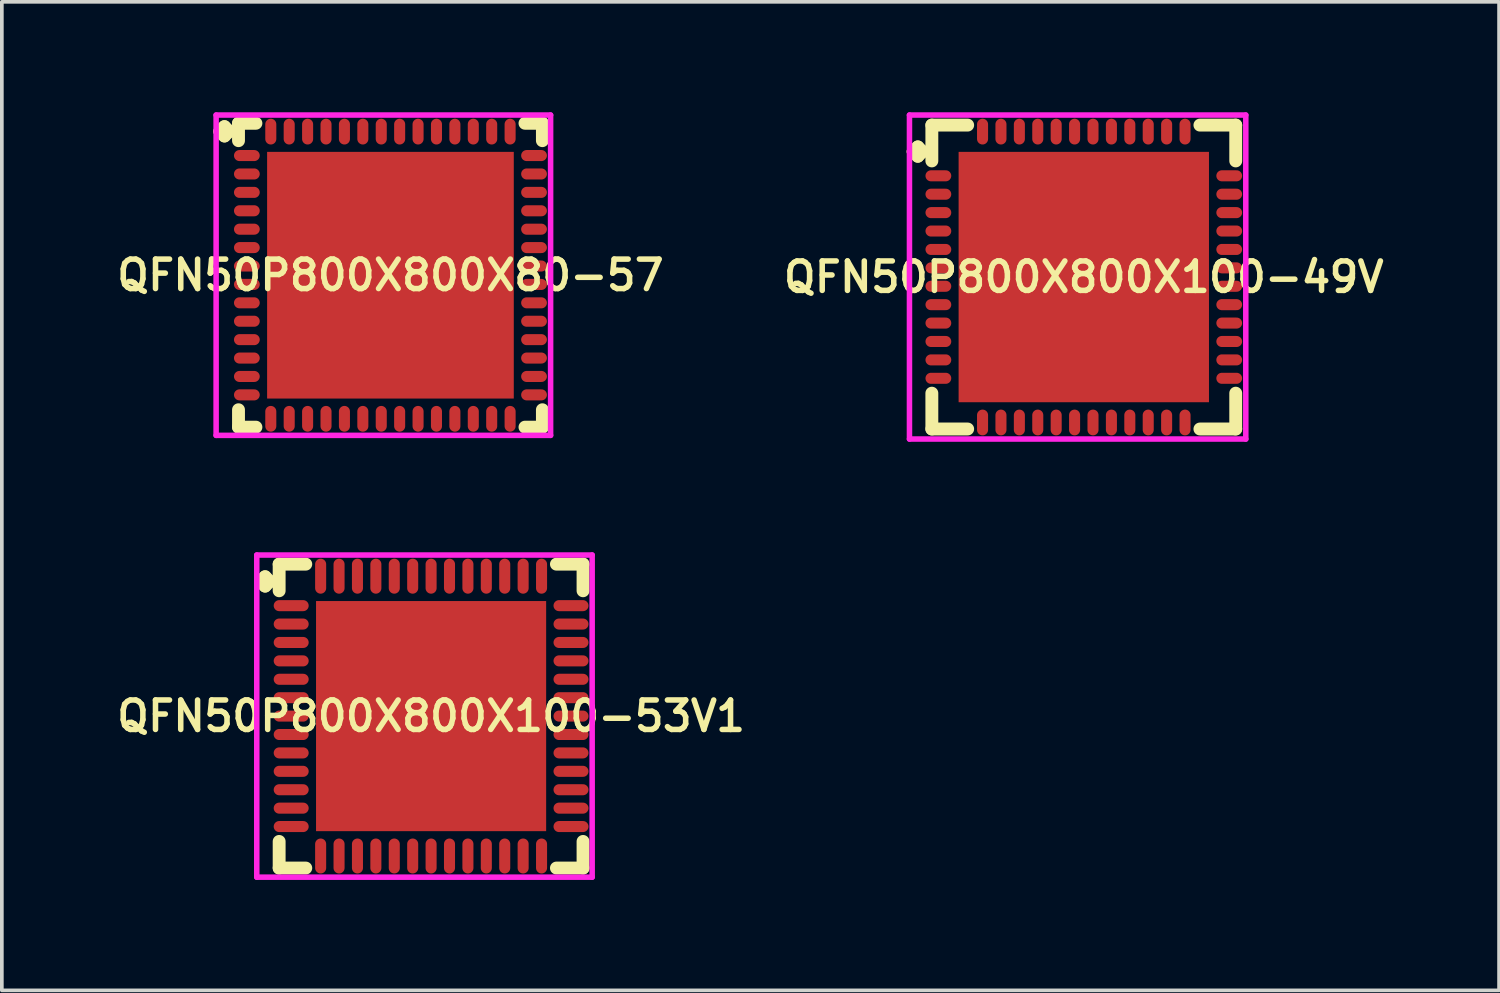
<source format=kicad_pcb>
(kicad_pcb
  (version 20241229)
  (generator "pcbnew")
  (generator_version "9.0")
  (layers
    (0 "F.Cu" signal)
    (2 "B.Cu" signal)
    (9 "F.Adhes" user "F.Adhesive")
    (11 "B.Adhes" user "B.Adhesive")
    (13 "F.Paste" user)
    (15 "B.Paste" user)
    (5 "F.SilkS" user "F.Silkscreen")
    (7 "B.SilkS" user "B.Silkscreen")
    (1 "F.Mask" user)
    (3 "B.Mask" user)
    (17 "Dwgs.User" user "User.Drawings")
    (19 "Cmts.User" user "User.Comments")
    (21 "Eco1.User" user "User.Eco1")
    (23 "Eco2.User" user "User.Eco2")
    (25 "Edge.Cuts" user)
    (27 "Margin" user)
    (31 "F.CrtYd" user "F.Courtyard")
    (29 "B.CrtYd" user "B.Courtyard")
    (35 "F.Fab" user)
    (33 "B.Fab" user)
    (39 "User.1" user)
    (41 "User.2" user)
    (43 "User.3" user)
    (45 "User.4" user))
  (footprint "QFN50P800X800X100-49V"
    (layer "F.Cu")
    (at 26.387 4.475)
    (property "Reference" "QFN50P800X800X100-49V" (at 0 0 0) (layer "F.SilkS") (effects (font (size 0.8 0.8) (thickness 0.15))))
    (attr smd)
    (fp_line (start -4.635 -3.408) (end -4.508 -3.535) (stroke (width 0.35) (type solid)) (layer "F.SilkS"))
    (fp_line (start -4.508 -3.535) (end -4.381 -3.408) (stroke (width 0.35) (type solid)) (layer "F.SilkS"))
    (fp_line (start -4.508 -3.281) (end -4.635 -3.408) (stroke (width 0.35) (type solid)) (layer "F.SilkS"))
    (fp_line (start -4.381 -3.408) (end -4.508 -3.281) (stroke (width 0.35) (type solid)) (layer "F.SilkS"))
    (fp_line (start -4.127 -4.127) (end -3.154 -4.127) (stroke (width 0.35) (type solid)) (layer "F.SilkS"))
    (fp_line (start -4.127 -3.154) (end -4.127 -4.127) (stroke (width 0.35) (type solid)) (layer "F.SilkS"))
    (fp_line (start -4.127 3.154) (end -4.127 4.127) (stroke (width 0.35) (type solid)) (layer "F.SilkS"))
    (fp_line (start -4.127 4.127) (end -3.154 4.127) (stroke (width 0.35) (type solid)) (layer "F.SilkS"))
    (fp_line (start 3.154 -4.127) (end 4.127 -4.127) (stroke (width 0.35) (type solid)) (layer "F.SilkS"))
    (fp_line (start 3.154 4.127) (end 4.127 4.127) (stroke (width 0.35) (type solid)) (layer "F.SilkS"))
    (fp_line (start 4.127 -4.127) (end 4.127 -3.154) (stroke (width 0.35) (type solid)) (layer "F.SilkS"))
    (fp_line (start 4.127 4.127) (end 4.127 3.154) (stroke (width 0.35) (type solid)) (layer "F.SilkS"))
    (fp_line (start -4.735 -4.4) (end 4.4 -4.4) (stroke (width 0.15) (type solid)) (layer "F.CrtYd"))
    (fp_line (start -4.735 4.4) (end -4.735 -4.4) (stroke (width 0.15) (type solid)) (layer "F.CrtYd"))
    (fp_line (start 4.4 -4.4) (end 4.4 4.4) (stroke (width 0.15) (type solid)) (layer "F.CrtYd"))
    (fp_line (start 4.4 4.4) (end -4.735 4.4) (stroke (width 0.15) (type solid)) (layer "F.CrtYd"))
    (pad "1" smd oval (at -3.95 -2.75) (size 0.7 0.3) (layers "F.Cu" "F.Mask" "F.Paste"))
    (pad "2" smd oval (at -3.95 -2.25) (size 0.7 0.3) (layers "F.Cu" "F.Mask" "F.Paste"))
    (pad "3" smd oval (at -3.95 -1.75) (size 0.7 0.3) (layers "F.Cu" "F.Mask" "F.Paste"))
    (pad "4" smd oval (at -3.95 -1.25) (size 0.7 0.3) (layers "F.Cu" "F.Mask" "F.Paste"))
    (pad "5" smd oval (at -3.95 -0.75) (size 0.7 0.3) (layers "F.Cu" "F.Mask" "F.Paste"))
    (pad "6" smd oval (at -3.95 -0.25) (size 0.7 0.3) (layers "F.Cu" "F.Mask" "F.Paste"))
    (pad "7" smd oval (at -3.95 0.25) (size 0.7 0.3) (layers "F.Cu" "F.Mask" "F.Paste"))
    (pad "8" smd oval (at -3.95 0.75) (size 0.7 0.3) (layers "F.Cu" "F.Mask" "F.Paste"))
    (pad "9" smd oval (at -3.95 1.25) (size 0.7 0.3) (layers "F.Cu" "F.Mask" "F.Paste"))
    (pad "10" smd oval (at -3.95 1.75) (size 0.7 0.3) (layers "F.Cu" "F.Mask" "F.Paste"))
    (pad "11" smd oval (at -3.95 2.25) (size 0.7 0.3) (layers "F.Cu" "F.Mask" "F.Paste"))
    (pad "12" smd oval (at -3.95 2.75) (size 0.7 0.3) (layers "F.Cu" "F.Mask" "F.Paste"))
    (pad "13" smd oval (at -2.75 3.95) (size 0.3 0.7) (layers "F.Cu" "F.Mask" "F.Paste"))
    (pad "14" smd oval (at -2.25 3.95) (size 0.3 0.7) (layers "F.Cu" "F.Mask" "F.Paste"))
    (pad "15" smd oval (at -1.75 3.95) (size 0.3 0.7) (layers "F.Cu" "F.Mask" "F.Paste"))
    (pad "16" smd oval (at -1.25 3.95) (size 0.3 0.7) (layers "F.Cu" "F.Mask" "F.Paste"))
    (pad "17" smd oval (at -0.75 3.95) (size 0.3 0.7) (layers "F.Cu" "F.Mask" "F.Paste"))
    (pad "18" smd oval (at -0.25 3.95) (size 0.3 0.7) (layers "F.Cu" "F.Mask" "F.Paste"))
    (pad "19" smd oval (at 0.25 3.95) (size 0.3 0.7) (layers "F.Cu" "F.Mask" "F.Paste"))
    (pad "20" smd oval (at 0.75 3.95) (size 0.3 0.7) (layers "F.Cu" "F.Mask" "F.Paste"))
    (pad "21" smd oval (at 1.25 3.95) (size 0.3 0.7) (layers "F.Cu" "F.Mask" "F.Paste"))
    (pad "22" smd oval (at 1.75 3.95) (size 0.3 0.7) (layers "F.Cu" "F.Mask" "F.Paste"))
    (pad "23" smd oval (at 2.25 3.95) (size 0.3 0.7) (layers "F.Cu" "F.Mask" "F.Paste"))
    (pad "24" smd oval (at 2.75 3.95) (size 0.3 0.7) (layers "F.Cu" "F.Mask" "F.Paste"))
    (pad "25" smd oval (at 3.95 2.75) (size 0.7 0.3) (layers "F.Cu" "F.Mask" "F.Paste"))
    (pad "26" smd oval (at 3.95 2.25) (size 0.7 0.3) (layers "F.Cu" "F.Mask" "F.Paste"))
    (pad "27" smd oval (at 3.95 1.75) (size 0.7 0.3) (layers "F.Cu" "F.Mask" "F.Paste"))
    (pad "28" smd oval (at 3.95 1.25) (size 0.7 0.3) (layers "F.Cu" "F.Mask" "F.Paste"))
    (pad "29" smd oval (at 3.95 0.75) (size 0.7 0.3) (layers "F.Cu" "F.Mask" "F.Paste"))
    (pad "30" smd oval (at 3.95 0.25) (size 0.7 0.3) (layers "F.Cu" "F.Mask" "F.Paste"))
    (pad "31" smd oval (at 3.95 -0.25) (size 0.7 0.3) (layers "F.Cu" "F.Mask" "F.Paste"))
    (pad "32" smd oval (at 3.95 -0.75) (size 0.7 0.3) (layers "F.Cu" "F.Mask" "F.Paste"))
    (pad "33" smd oval (at 3.95 -1.25) (size 0.7 0.3) (layers "F.Cu" "F.Mask" "F.Paste"))
    (pad "34" smd oval (at 3.95 -1.75) (size 0.7 0.3) (layers "F.Cu" "F.Mask" "F.Paste"))
    (pad "35" smd oval (at 3.95 -2.25) (size 0.7 0.3) (layers "F.Cu" "F.Mask" "F.Paste"))
    (pad "36" smd oval (at 3.95 -2.75) (size 0.7 0.3) (layers "F.Cu" "F.Mask" "F.Paste"))
    (pad "37" smd oval (at 2.75 -3.95) (size 0.3 0.7) (layers "F.Cu" "F.Mask" "F.Paste"))
    (pad "38" smd oval (at 2.25 -3.95) (size 0.3 0.7) (layers "F.Cu" "F.Mask" "F.Paste"))
    (pad "39" smd oval (at 1.75 -3.95) (size 0.3 0.7) (layers "F.Cu" "F.Mask" "F.Paste"))
    (pad "40" smd oval (at 1.25 -3.95) (size 0.3 0.7) (layers "F.Cu" "F.Mask" "F.Paste"))
    (pad "41" smd oval (at 0.75 -3.95) (size 0.3 0.7) (layers "F.Cu" "F.Mask" "F.Paste"))
    (pad "42" smd oval (at 0.25 -3.95) (size 0.3 0.7) (layers "F.Cu" "F.Mask" "F.Paste"))
    (pad "43" smd oval (at -0.25 -3.95) (size 0.3 0.7) (layers "F.Cu" "F.Mask" "F.Paste"))
    (pad "44" smd oval (at -0.75 -3.95) (size 0.3 0.7) (layers "F.Cu" "F.Mask" "F.Paste"))
    (pad "45" smd oval (at -1.25 -3.95) (size 0.3 0.7) (layers "F.Cu" "F.Mask" "F.Paste"))
    (pad "46" smd oval (at -1.75 -3.95) (size 0.3 0.7) (layers "F.Cu" "F.Mask" "F.Paste"))
    (pad "47" smd oval (at -2.25 -3.95) (size 0.3 0.7) (layers "F.Cu" "F.Mask" "F.Paste"))
    (pad "48" smd oval (at -2.75 -3.95) (size 0.3 0.7) (layers "F.Cu" "F.Mask" "F.Paste"))
    (pad "49" smd rect (at 0 0) (size 6.8 6.8) (layers "F.Cu" "F.Mask" "F.Paste")))
  (footprint "QFN50P800X800X100-53V1"
    (layer "F.Cu")
    (at 8.659 16.4)
    (property "Reference" "QFN50P800X800X100-53V1" (at 0 0 0) (layer "F.SilkS") (effects (font (size 0.8 0.8) (thickness 0.15))))
    (attr smd)
    (fp_line (start -4.635 -3.658) (end -4.508 -3.785) (stroke (width 0.35) (type solid)) (layer "F.SilkS"))
    (fp_line (start -4.508 -3.785) (end -4.381 -3.658) (stroke (width 0.35) (type solid)) (layer "F.SilkS"))
    (fp_line (start -4.508 -3.531) (end -4.635 -3.658) (stroke (width 0.35) (type solid)) (layer "F.SilkS"))
    (fp_line (start -4.381 -3.658) (end -4.508 -3.531) (stroke (width 0.35) (type solid)) (layer "F.SilkS"))
    (fp_line (start -4.127 -4.127) (end -3.404 -4.127) (stroke (width 0.35) (type solid)) (layer "F.SilkS"))
    (fp_line (start -4.127 -3.404) (end -4.127 -4.127) (stroke (width 0.35) (type solid)) (layer "F.SilkS"))
    (fp_line (start -4.127 3.404) (end -4.127 4.127) (stroke (width 0.35) (type solid)) (layer "F.SilkS"))
    (fp_line (start -4.127 4.127) (end -3.404 4.127) (stroke (width 0.35) (type solid)) (layer "F.SilkS"))
    (fp_line (start 3.404 -4.127) (end 4.127 -4.127) (stroke (width 0.35) (type solid)) (layer "F.SilkS"))
    (fp_line (start 3.404 4.127) (end 4.127 4.127) (stroke (width 0.35) (type solid)) (layer "F.SilkS"))
    (fp_line (start 4.127 -4.127) (end 4.127 -3.404) (stroke (width 0.35) (type solid)) (layer "F.SilkS"))
    (fp_line (start 4.127 4.127) (end 4.127 3.404) (stroke (width 0.35) (type solid)) (layer "F.SilkS"))
    (fp_line (start -4.735 -4.375) (end 4.375 -4.375) (stroke (width 0.15) (type solid)) (layer "F.CrtYd"))
    (fp_line (start -4.735 4.375) (end -4.735 -4.375) (stroke (width 0.15) (type solid)) (layer "F.CrtYd"))
    (fp_line (start 4.375 -4.375) (end 4.375 4.375) (stroke (width 0.15) (type solid)) (layer "F.CrtYd"))
    (fp_line (start 4.375 4.375) (end -4.735 4.375) (stroke (width 0.15) (type solid)) (layer "F.CrtYd"))
    (pad "1" smd oval (at -3.8 -3) (size 0.95 0.3) (layers "F.Cu" "F.Mask" "F.Paste"))
    (pad "2" smd oval (at -3.8 -2.5) (size 0.95 0.3) (layers "F.Cu" "F.Mask" "F.Paste"))
    (pad "3" smd oval (at -3.8 -2) (size 0.95 0.3) (layers "F.Cu" "F.Mask" "F.Paste"))
    (pad "4" smd oval (at -3.8 -1.5) (size 0.95 0.3) (layers "F.Cu" "F.Mask" "F.Paste"))
    (pad "5" smd oval (at -3.8 -1) (size 0.95 0.3) (layers "F.Cu" "F.Mask" "F.Paste"))
    (pad "6" smd oval (at -3.8 -0.5) (size 0.95 0.3) (layers "F.Cu" "F.Mask" "F.Paste"))
    (pad "7" smd oval (at -3.8 0) (size 0.95 0.3) (layers "F.Cu" "F.Mask" "F.Paste"))
    (pad "8" smd oval (at -3.8 0.5) (size 0.95 0.3) (layers "F.Cu" "F.Mask" "F.Paste"))
    (pad "9" smd oval (at -3.8 1) (size 0.95 0.3) (layers "F.Cu" "F.Mask" "F.Paste"))
    (pad "10" smd oval (at -3.8 1.5) (size 0.95 0.3) (layers "F.Cu" "F.Mask" "F.Paste"))
    (pad "11" smd oval (at -3.8 2) (size 0.95 0.3) (layers "F.Cu" "F.Mask" "F.Paste"))
    (pad "12" smd oval (at -3.8 2.5) (size 0.95 0.3) (layers "F.Cu" "F.Mask" "F.Paste"))
    (pad "13" smd oval (at -3.8 3) (size 0.95 0.3) (layers "F.Cu" "F.Mask" "F.Paste"))
    (pad "14" smd oval (at -3 3.8) (size 0.3 0.95) (layers "F.Cu" "F.Mask" "F.Paste"))
    (pad "15" smd oval (at -2.5 3.8) (size 0.3 0.95) (layers "F.Cu" "F.Mask" "F.Paste"))
    (pad "16" smd oval (at -2 3.8) (size 0.3 0.95) (layers "F.Cu" "F.Mask" "F.Paste"))
    (pad "17" smd oval (at -1.5 3.8) (size 0.3 0.95) (layers "F.Cu" "F.Mask" "F.Paste"))
    (pad "18" smd oval (at -1 3.8) (size 0.3 0.95) (layers "F.Cu" "F.Mask" "F.Paste"))
    (pad "19" smd oval (at -0.5 3.8) (size 0.3 0.95) (layers "F.Cu" "F.Mask" "F.Paste"))
    (pad "20" smd oval (at 0 3.8) (size 0.3 0.95) (layers "F.Cu" "F.Mask" "F.Paste"))
    (pad "21" smd oval (at 0.5 3.8) (size 0.3 0.95) (layers "F.Cu" "F.Mask" "F.Paste"))
    (pad "22" smd oval (at 1 3.8) (size 0.3 0.95) (layers "F.Cu" "F.Mask" "F.Paste"))
    (pad "23" smd oval (at 1.5 3.8) (size 0.3 0.95) (layers "F.Cu" "F.Mask" "F.Paste"))
    (pad "24" smd oval (at 2 3.8) (size 0.3 0.95) (layers "F.Cu" "F.Mask" "F.Paste"))
    (pad "25" smd oval (at 2.5 3.8) (size 0.3 0.95) (layers "F.Cu" "F.Mask" "F.Paste"))
    (pad "26" smd oval (at 3 3.8) (size 0.3 0.95) (layers "F.Cu" "F.Mask" "F.Paste"))
    (pad "27" smd oval (at 3.8 3) (size 0.95 0.3) (layers "F.Cu" "F.Mask" "F.Paste"))
    (pad "28" smd oval (at 3.8 2.5) (size 0.95 0.3) (layers "F.Cu" "F.Mask" "F.Paste"))
    (pad "29" smd oval (at 3.8 2) (size 0.95 0.3) (layers "F.Cu" "F.Mask" "F.Paste"))
    (pad "30" smd oval (at 3.8 1.5) (size 0.95 0.3) (layers "F.Cu" "F.Mask" "F.Paste"))
    (pad "31" smd oval (at 3.8 1) (size 0.95 0.3) (layers "F.Cu" "F.Mask" "F.Paste"))
    (pad "32" smd oval (at 3.8 0.5) (size 0.95 0.3) (layers "F.Cu" "F.Mask" "F.Paste"))
    (pad "33" smd oval (at 3.8 0) (size 0.95 0.3) (layers "F.Cu" "F.Mask" "F.Paste"))
    (pad "34" smd oval (at 3.8 -0.5) (size 0.95 0.3) (layers "F.Cu" "F.Mask" "F.Paste"))
    (pad "35" smd oval (at 3.8 -1) (size 0.95 0.3) (layers "F.Cu" "F.Mask" "F.Paste"))
    (pad "36" smd oval (at 3.8 -1.5) (size 0.95 0.3) (layers "F.Cu" "F.Mask" "F.Paste"))
    (pad "37" smd oval (at 3.8 -2) (size 0.95 0.3) (layers "F.Cu" "F.Mask" "F.Paste"))
    (pad "38" smd oval (at 3.8 -2.5) (size 0.95 0.3) (layers "F.Cu" "F.Mask" "F.Paste"))
    (pad "39" smd oval (at 3.8 -3) (size 0.95 0.3) (layers "F.Cu" "F.Mask" "F.Paste"))
    (pad "40" smd oval (at 3 -3.8) (size 0.3 0.95) (layers "F.Cu" "F.Mask" "F.Paste"))
    (pad "41" smd oval (at 2.5 -3.8) (size 0.3 0.95) (layers "F.Cu" "F.Mask" "F.Paste"))
    (pad "42" smd oval (at 2 -3.8) (size 0.3 0.95) (layers "F.Cu" "F.Mask" "F.Paste"))
    (pad "43" smd oval (at 1.5 -3.8) (size 0.3 0.95) (layers "F.Cu" "F.Mask" "F.Paste"))
    (pad "44" smd oval (at 1 -3.8) (size 0.3 0.95) (layers "F.Cu" "F.Mask" "F.Paste"))
    (pad "45" smd oval (at 0.5 -3.8) (size 0.3 0.95) (layers "F.Cu" "F.Mask" "F.Paste"))
    (pad "46" smd oval (at 0 -3.8) (size 0.3 0.95) (layers "F.Cu" "F.Mask" "F.Paste"))
    (pad "47" smd oval (at -0.5 -3.8) (size 0.3 0.95) (layers "F.Cu" "F.Mask" "F.Paste"))
    (pad "48" smd oval (at -1 -3.8) (size 0.3 0.95) (layers "F.Cu" "F.Mask" "F.Paste"))
    (pad "49" smd oval (at -1.5 -3.8) (size 0.3 0.95) (layers "F.Cu" "F.Mask" "F.Paste"))
    (pad "50" smd oval (at -2 -3.8) (size 0.3 0.95) (layers "F.Cu" "F.Mask" "F.Paste"))
    (pad "51" smd oval (at -2.5 -3.8) (size 0.3 0.95) (layers "F.Cu" "F.Mask" "F.Paste"))
    (pad "52" smd oval (at -3 -3.8) (size 0.3 0.95) (layers "F.Cu" "F.Mask" "F.Paste"))
    (pad "53" smd rect (at 0 0) (size 6.25 6.25) (layers "F.Cu" "F.Mask" "F.Paste")))
  (footprint "QFN50P800X800X80-57"
    (layer "F.Cu")
    (at 7.555 4.425)
    (property "Reference" "QFN50P800X800X80-57" (at 0 0 0) (layer "F.SilkS") (effects (font (size 0.8 0.8) (thickness 0.15))))
    (attr smd)
    (fp_line (start -4.635 -3.908) (end -4.508 -4.035) (stroke (width 0.35) (type solid)) (layer "F.SilkS"))
    (fp_line (start -4.508 -4.035) (end -4.381 -3.908) (stroke (width 0.35) (type solid)) (layer "F.SilkS"))
    (fp_line (start -4.508 -3.781) (end -4.635 -3.908) (stroke (width 0.35) (type solid)) (layer "F.SilkS"))
    (fp_line (start -4.381 -3.908) (end -4.508 -3.781) (stroke (width 0.35) (type solid)) (layer "F.SilkS"))
    (fp_line (start -4.127 -4.127) (end -3.654 -4.127) (stroke (width 0.35) (type solid)) (layer "F.SilkS"))
    (fp_line (start -4.127 -3.654) (end -4.127 -4.127) (stroke (width 0.35) (type solid)) (layer "F.SilkS"))
    (fp_line (start -4.127 3.654) (end -4.127 4.127) (stroke (width 0.35) (type solid)) (layer "F.SilkS"))
    (fp_line (start -4.127 4.127) (end -3.654 4.127) (stroke (width 0.35) (type solid)) (layer "F.SilkS"))
    (fp_line (start 3.654 -4.127) (end 4.127 -4.127) (stroke (width 0.35) (type solid)) (layer "F.SilkS"))
    (fp_line (start 3.654 4.127) (end 4.127 4.127) (stroke (width 0.35) (type solid)) (layer "F.SilkS"))
    (fp_line (start 4.127 -4.127) (end 4.127 -3.654) (stroke (width 0.35) (type solid)) (layer "F.SilkS"))
    (fp_line (start 4.127 4.127) (end 4.127 3.654) (stroke (width 0.35) (type solid)) (layer "F.SilkS"))
    (fp_line (start -4.735 -4.35) (end 4.35 -4.35) (stroke (width 0.15) (type solid)) (layer "F.CrtYd"))
    (fp_line (start -4.735 4.35) (end -4.735 -4.35) (stroke (width 0.15) (type solid)) (layer "F.CrtYd"))
    (fp_line (start 4.35 -4.35) (end 4.35 4.35) (stroke (width 0.15) (type solid)) (layer "F.CrtYd"))
    (fp_line (start 4.35 4.35) (end -4.735 4.35) (stroke (width 0.15) (type solid)) (layer "F.CrtYd"))
    (pad "1" smd oval (at -3.9 -3.25) (size 0.7 0.3) (layers "F.Cu" "F.Mask" "F.Paste"))
    (pad "2" smd oval (at -3.9 -2.75) (size 0.7 0.3) (layers "F.Cu" "F.Mask" "F.Paste"))
    (pad "3" smd oval (at -3.9 -2.25) (size 0.7 0.3) (layers "F.Cu" "F.Mask" "F.Paste"))
    (pad "4" smd oval (at -3.9 -1.75) (size 0.7 0.3) (layers "F.Cu" "F.Mask" "F.Paste"))
    (pad "5" smd oval (at -3.9 -1.25) (size 0.7 0.3) (layers "F.Cu" "F.Mask" "F.Paste"))
    (pad "6" smd oval (at -3.9 -0.75) (size 0.7 0.3) (layers "F.Cu" "F.Mask" "F.Paste"))
    (pad "7" smd oval (at -3.9 -0.25) (size 0.7 0.3) (layers "F.Cu" "F.Mask" "F.Paste"))
    (pad "8" smd oval (at -3.9 0.25) (size 0.7 0.3) (layers "F.Cu" "F.Mask" "F.Paste"))
    (pad "9" smd oval (at -3.9 0.75) (size 0.7 0.3) (layers "F.Cu" "F.Mask" "F.Paste"))
    (pad "10" smd oval (at -3.9 1.25) (size 0.7 0.3) (layers "F.Cu" "F.Mask" "F.Paste"))
    (pad "11" smd oval (at -3.9 1.75) (size 0.7 0.3) (layers "F.Cu" "F.Mask" "F.Paste"))
    (pad "12" smd oval (at -3.9 2.25) (size 0.7 0.3) (layers "F.Cu" "F.Mask" "F.Paste"))
    (pad "13" smd oval (at -3.9 2.75) (size 0.7 0.3) (layers "F.Cu" "F.Mask" "F.Paste"))
    (pad "14" smd oval (at -3.9 3.25) (size 0.7 0.3) (layers "F.Cu" "F.Mask" "F.Paste"))
    (pad "15" smd oval (at -3.25 3.9) (size 0.3 0.7) (layers "F.Cu" "F.Mask" "F.Paste"))
    (pad "16" smd oval (at -2.75 3.9) (size 0.3 0.7) (layers "F.Cu" "F.Mask" "F.Paste"))
    (pad "17" smd oval (at -2.25 3.9) (size 0.3 0.7) (layers "F.Cu" "F.Mask" "F.Paste"))
    (pad "18" smd oval (at -1.75 3.9) (size 0.3 0.7) (layers "F.Cu" "F.Mask" "F.Paste"))
    (pad "19" smd oval (at -1.25 3.9) (size 0.3 0.7) (layers "F.Cu" "F.Mask" "F.Paste"))
    (pad "20" smd oval (at -0.75 3.9) (size 0.3 0.7) (layers "F.Cu" "F.Mask" "F.Paste"))
    (pad "21" smd oval (at -0.25 3.9) (size 0.3 0.7) (layers "F.Cu" "F.Mask" "F.Paste"))
    (pad "22" smd oval (at 0.25 3.9) (size 0.3 0.7) (layers "F.Cu" "F.Mask" "F.Paste"))
    (pad "23" smd oval (at 0.75 3.9) (size 0.3 0.7) (layers "F.Cu" "F.Mask" "F.Paste"))
    (pad "24" smd oval (at 1.25 3.9) (size 0.3 0.7) (layers "F.Cu" "F.Mask" "F.Paste"))
    (pad "25" smd oval (at 1.75 3.9) (size 0.3 0.7) (layers "F.Cu" "F.Mask" "F.Paste"))
    (pad "26" smd oval (at 2.25 3.9) (size 0.3 0.7) (layers "F.Cu" "F.Mask" "F.Paste"))
    (pad "27" smd oval (at 2.75 3.9) (size 0.3 0.7) (layers "F.Cu" "F.Mask" "F.Paste"))
    (pad "28" smd oval (at 3.25 3.9) (size 0.3 0.7) (layers "F.Cu" "F.Mask" "F.Paste"))
    (pad "29" smd oval (at 3.9 3.25) (size 0.7 0.3) (layers "F.Cu" "F.Mask" "F.Paste"))
    (pad "30" smd oval (at 3.9 2.75) (size 0.7 0.3) (layers "F.Cu" "F.Mask" "F.Paste"))
    (pad "31" smd oval (at 3.9 2.25) (size 0.7 0.3) (layers "F.Cu" "F.Mask" "F.Paste"))
    (pad "32" smd oval (at 3.9 1.75) (size 0.7 0.3) (layers "F.Cu" "F.Mask" "F.Paste"))
    (pad "33" smd oval (at 3.9 1.25) (size 0.7 0.3) (layers "F.Cu" "F.Mask" "F.Paste"))
    (pad "34" smd oval (at 3.9 0.75) (size 0.7 0.3) (layers "F.Cu" "F.Mask" "F.Paste"))
    (pad "35" smd oval (at 3.9 0.25) (size 0.7 0.3) (layers "F.Cu" "F.Mask" "F.Paste"))
    (pad "36" smd oval (at 3.9 -0.25) (size 0.7 0.3) (layers "F.Cu" "F.Mask" "F.Paste"))
    (pad "37" smd oval (at 3.9 -0.75) (size 0.7 0.3) (layers "F.Cu" "F.Mask" "F.Paste"))
    (pad "38" smd oval (at 3.9 -1.25) (size 0.7 0.3) (layers "F.Cu" "F.Mask" "F.Paste"))
    (pad "39" smd oval (at 3.9 -1.75) (size 0.7 0.3) (layers "F.Cu" "F.Mask" "F.Paste"))
    (pad "40" smd oval (at 3.9 -2.25) (size 0.7 0.3) (layers "F.Cu" "F.Mask" "F.Paste"))
    (pad "41" smd oval (at 3.9 -2.75) (size 0.7 0.3) (layers "F.Cu" "F.Mask" "F.Paste"))
    (pad "42" smd oval (at 3.9 -3.25) (size 0.7 0.3) (layers "F.Cu" "F.Mask" "F.Paste"))
    (pad "43" smd oval (at 3.25 -3.9) (size 0.3 0.7) (layers "F.Cu" "F.Mask" "F.Paste"))
    (pad "44" smd oval (at 2.75 -3.9) (size 0.3 0.7) (layers "F.Cu" "F.Mask" "F.Paste"))
    (pad "45" smd oval (at 2.25 -3.9) (size 0.3 0.7) (layers "F.Cu" "F.Mask" "F.Paste"))
    (pad "46" smd oval (at 1.75 -3.9) (size 0.3 0.7) (layers "F.Cu" "F.Mask" "F.Paste"))
    (pad "47" smd oval (at 1.25 -3.9) (size 0.3 0.7) (layers "F.Cu" "F.Mask" "F.Paste"))
    (pad "48" smd oval (at 0.75 -3.9) (size 0.3 0.7) (layers "F.Cu" "F.Mask" "F.Paste"))
    (pad "49" smd oval (at 0.25 -3.9) (size 0.3 0.7) (layers "F.Cu" "F.Mask" "F.Paste"))
    (pad "50" smd oval (at -0.25 -3.9) (size 0.3 0.7) (layers "F.Cu" "F.Mask" "F.Paste"))
    (pad "51" smd oval (at -0.75 -3.9) (size 0.3 0.7) (layers "F.Cu" "F.Mask" "F.Paste"))
    (pad "52" smd oval (at -1.25 -3.9) (size 0.3 0.7) (layers "F.Cu" "F.Mask" "F.Paste"))
    (pad "53" smd oval (at -1.75 -3.9) (size 0.3 0.7) (layers "F.Cu" "F.Mask" "F.Paste"))
    (pad "54" smd oval (at -2.25 -3.9) (size 0.3 0.7) (layers "F.Cu" "F.Mask" "F.Paste"))
    (pad "55" smd oval (at -2.75 -3.9) (size 0.3 0.7) (layers "F.Cu" "F.Mask" "F.Paste"))
    (pad "56" smd oval (at -3.25 -3.9) (size 0.3 0.7) (layers "F.Cu" "F.Mask" "F.Paste"))
    (pad "57" smd rect (at 0 0) (size 6.7 6.7) (layers "F.Cu" "F.Mask" "F.Paste")))
  (gr_rect
    (start -3 -3)
    (end 37.666 23.85)
    (stroke (width 0.1) (type default))
    (fill no)
    (layer "Edge.Cuts")))
</source>
